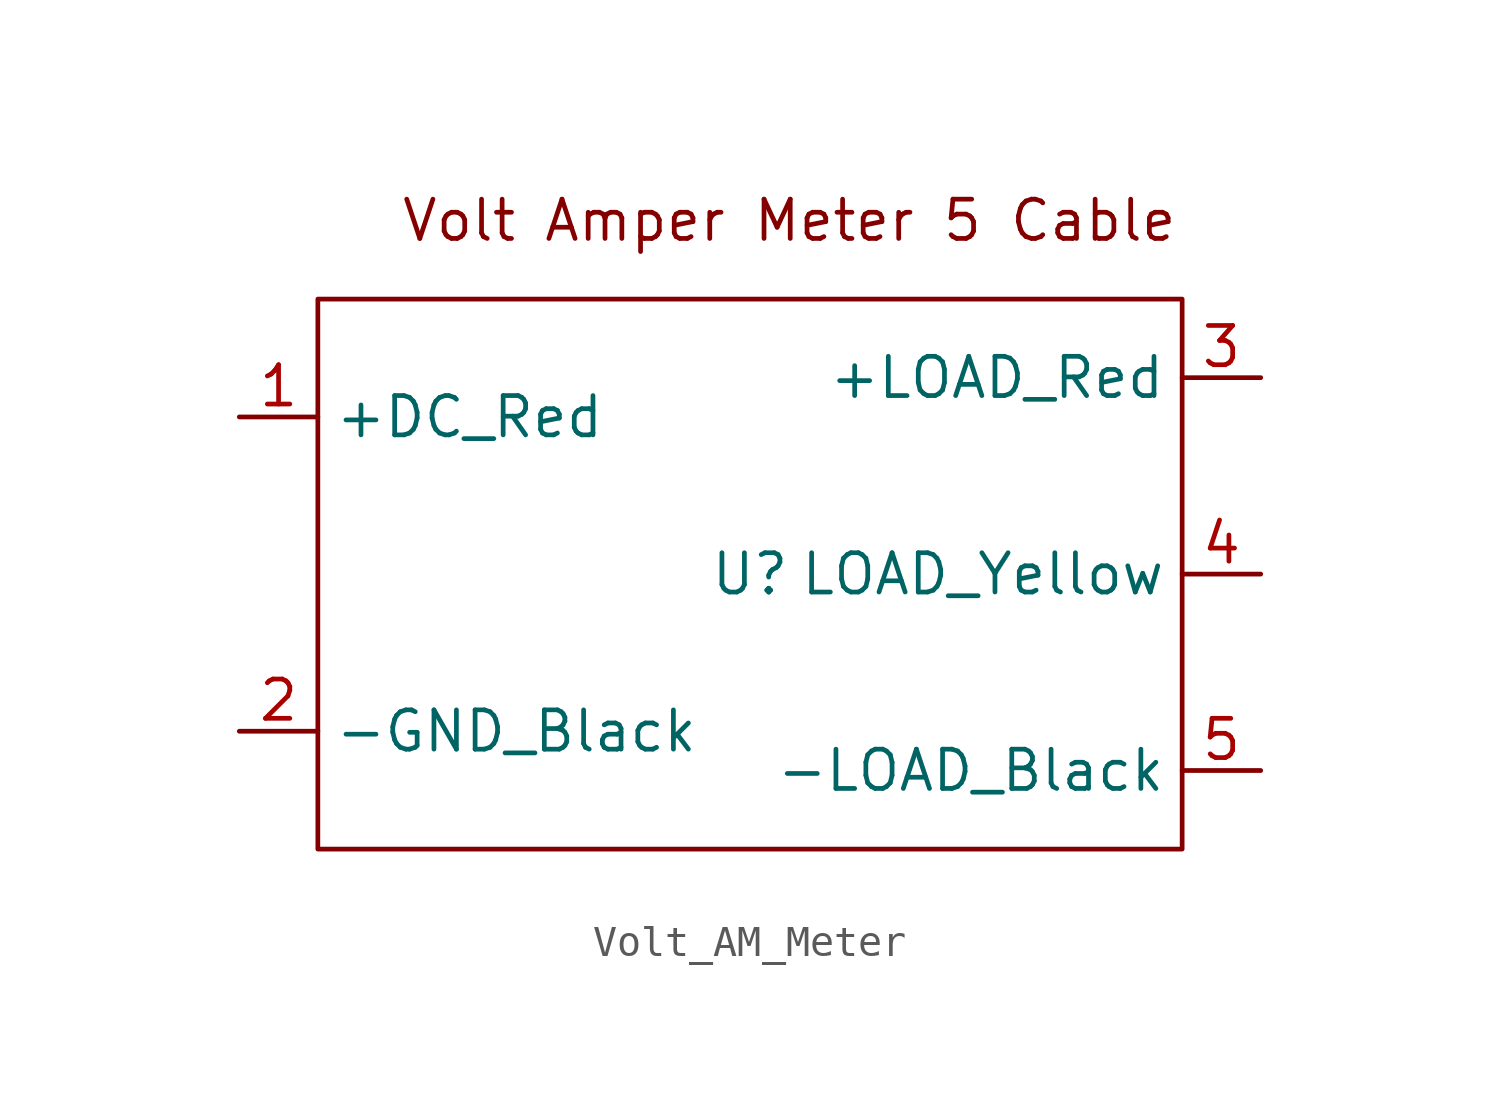
<source format=kicad_sym>
(kicad_symbol_lib
  (version 20220914)
  (generator kicad_symbol_editor)
  (symbol "Volt_AM_Meter"
    (property "Reference" "U"
      (at 0 0 0)
      (effects (font (size 1.27 1.27))))
    (property "Value" ""
      (at 0 0 0)
      (effects (font (size 1.27 1.27))))
    (symbol "Volt_AM_Meter_0_1"
      (rectangle (start -13.97 8.89) (end 13.97 -8.89) (stroke (width 0) (type default)) (fill (type none))))
    (symbol "Volt_AM_Meter_1_1"
      (text "Volt Amper Meter 5 Cable" (at 1.27 11.43 0) (effects (font (size 1.27 1.27))))
      (pin power_in line (at -16.51 5.08 0) (length 2.54) (name "+DC_Red" (effects (font (size 1.27 1.27)))) (number "1" (effects (font (size 1.27 1.27)))))
      (pin power_in line (at -16.51 -5.08 0) (length 2.54) (name "-GND_Black" (effects (font (size 1.27 1.27)))) (number "2" (effects (font (size 1.27 1.27)))))
      (pin power_in line (at 16.51 6.35 180) (length 2.54) (name "+LOAD_Red" (effects (font (size 1.27 1.27)))) (number "3" (effects (font (size 1.27 1.27)))))
      (pin power_in line (at 16.51 0 180) (length 2.54) (name "LOAD_Yellow" (effects (font (size 1.27 1.27)))) (number "4" (effects (font (size 1.27 1.27)))))
      (pin power_in line (at 16.51 -6.35 180) (length 2.54) (name "-LOAD_Black" (effects (font (size 1.27 1.27)))) (number "5" (effects (font (size 1.27 1.27))))))))
</source>
